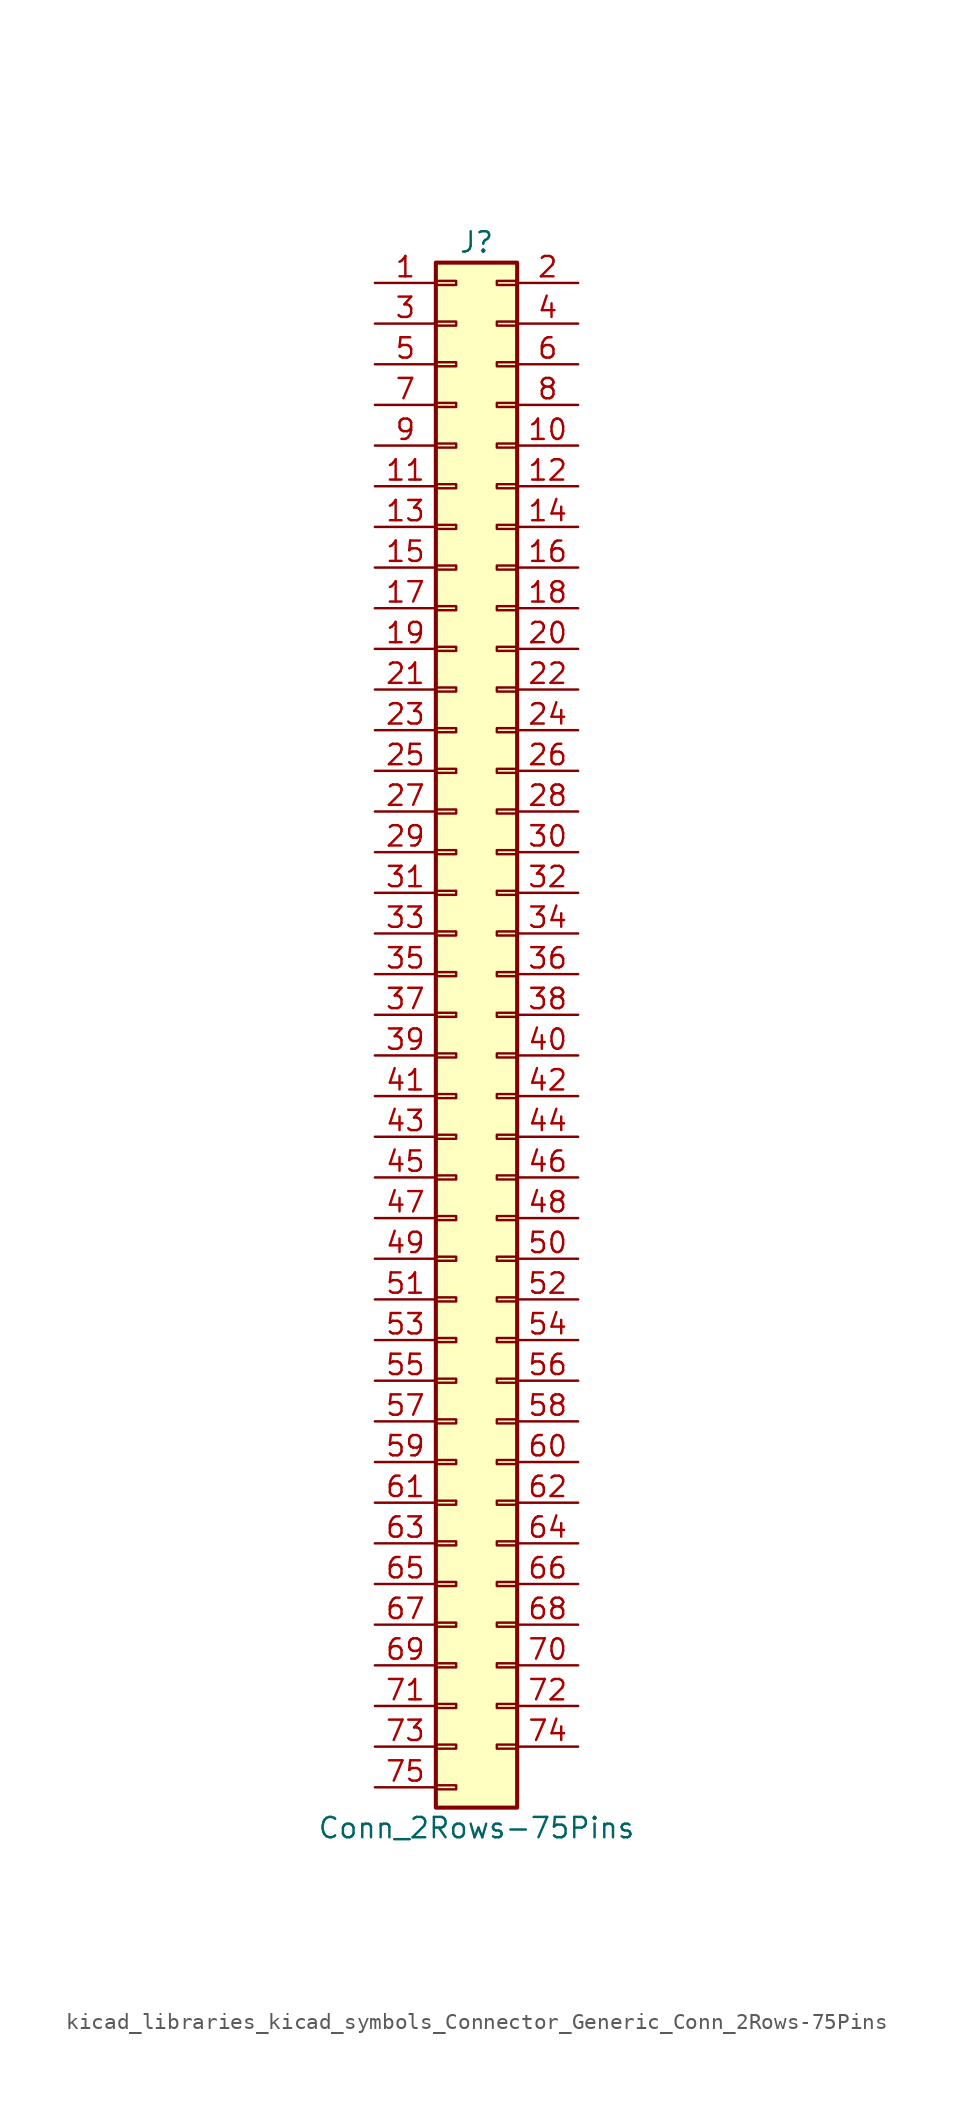
<source format=kicad_sym>
(kicad_symbol_lib
  (version 20220914)
  (generator kicad_symbol_editor)
  (symbol "kicad_libraries_kicad_symbols_Connector_Generic_Conn_2Rows-75Pins"
    (pin_names
      (offset 1.016) hide)
    (property "Reference" "J"
      (at 1.27 48.26 0)
      (effects (font (size 1.27 1.27))))
    (property "Value" "Conn_2Rows-75Pins"
      (at 1.27 -50.8 0)
      (effects (font (size 1.27 1.27))))
    (symbol "kicad_libraries_kicad_symbols_Connector_Generic_Conn_2Rows-75Pins_1_1"
      (rectangle (start -1.27 -48.133) (end 0 -48.387) (stroke (width 0.152) (type default)) (fill (type none)))
      (rectangle (start -1.27 -45.593) (end 0 -45.847) (stroke (width 0.152) (type default)) (fill (type none)))
      (rectangle (start -1.27 -43.053) (end 0 -43.307) (stroke (width 0.152) (type default)) (fill (type none)))
      (rectangle (start -1.27 -40.513) (end 0 -40.767) (stroke (width 0.152) (type default)) (fill (type none)))
      (rectangle (start -1.27 -37.973) (end 0 -38.227) (stroke (width 0.152) (type default)) (fill (type none)))
      (rectangle (start -1.27 -35.433) (end 0 -35.687) (stroke (width 0.152) (type default)) (fill (type none)))
      (rectangle (start -1.27 -32.893) (end 0 -33.147) (stroke (width 0.152) (type default)) (fill (type none)))
      (rectangle (start -1.27 -30.353) (end 0 -30.607) (stroke (width 0.152) (type default)) (fill (type none)))
      (rectangle (start -1.27 -27.813) (end 0 -28.067) (stroke (width 0.152) (type default)) (fill (type none)))
      (rectangle (start -1.27 -25.273) (end 0 -25.527) (stroke (width 0.152) (type default)) (fill (type none)))
      (rectangle (start -1.27 -22.733) (end 0 -22.987) (stroke (width 0.152) (type default)) (fill (type none)))
      (rectangle (start -1.27 -20.193) (end 0 -20.447) (stroke (width 0.152) (type default)) (fill (type none)))
      (rectangle (start -1.27 -17.653) (end 0 -17.907) (stroke (width 0.152) (type default)) (fill (type none)))
      (rectangle (start -1.27 -15.113) (end 0 -15.367) (stroke (width 0.152) (type default)) (fill (type none)))
      (rectangle (start -1.27 -12.573) (end 0 -12.827) (stroke (width 0.152) (type default)) (fill (type none)))
      (rectangle (start -1.27 -10.033) (end 0 -10.287) (stroke (width 0.152) (type default)) (fill (type none)))
      (rectangle (start -1.27 -7.493) (end 0 -7.747) (stroke (width 0.152) (type default)) (fill (type none)))
      (rectangle (start -1.27 -4.953) (end 0 -5.207) (stroke (width 0.152) (type default)) (fill (type none)))
      (rectangle (start -1.27 -2.413) (end 0 -2.667) (stroke (width 0.152) (type default)) (fill (type none)))
      (rectangle (start -1.27 0.127) (end 0 -0.127) (stroke (width 0.152) (type default)) (fill (type none)))
      (rectangle (start -1.27 2.667) (end 0 2.413) (stroke (width 0.152) (type default)) (fill (type none)))
      (rectangle (start -1.27 5.207) (end 0 4.953) (stroke (width 0.152) (type default)) (fill (type none)))
      (rectangle (start -1.27 7.747) (end 0 7.493) (stroke (width 0.152) (type default)) (fill (type none)))
      (rectangle (start -1.27 10.287) (end 0 10.033) (stroke (width 0.152) (type default)) (fill (type none)))
      (rectangle (start -1.27 12.827) (end 0 12.573) (stroke (width 0.152) (type default)) (fill (type none)))
      (rectangle (start -1.27 15.367) (end 0 15.113) (stroke (width 0.152) (type default)) (fill (type none)))
      (rectangle (start -1.27 17.907) (end 0 17.653) (stroke (width 0.152) (type default)) (fill (type none)))
      (rectangle (start -1.27 20.447) (end 0 20.193) (stroke (width 0.152) (type default)) (fill (type none)))
      (rectangle (start -1.27 22.987) (end 0 22.733) (stroke (width 0.152) (type default)) (fill (type none)))
      (rectangle (start -1.27 25.527) (end 0 25.273) (stroke (width 0.152) (type default)) (fill (type none)))
      (rectangle (start -1.27 28.067) (end 0 27.813) (stroke (width 0.152) (type default)) (fill (type none)))
      (rectangle (start -1.27 30.607) (end 0 30.353) (stroke (width 0.152) (type default)) (fill (type none)))
      (rectangle (start -1.27 33.147) (end 0 32.893) (stroke (width 0.152) (type default)) (fill (type none)))
      (rectangle (start -1.27 35.687) (end 0 35.433) (stroke (width 0.152) (type default)) (fill (type none)))
      (rectangle (start -1.27 38.227) (end 0 37.973) (stroke (width 0.152) (type default)) (fill (type none)))
      (rectangle (start -1.27 40.767) (end 0 40.513) (stroke (width 0.152) (type default)) (fill (type none)))
      (rectangle (start -1.27 43.307) (end 0 43.053) (stroke (width 0.152) (type default)) (fill (type none)))
      (rectangle (start -1.27 45.847) (end 0 45.593) (stroke (width 0.152) (type default)) (fill (type none)))
      (rectangle (start -1.27 46.99) (end 3.81 -49.53) (stroke (width 0.254) (type default)) (fill (type background)))
      (rectangle (start 3.81 -45.593) (end 2.54 -45.847) (stroke (width 0.152) (type default)) (fill (type none)))
      (rectangle (start 3.81 -43.053) (end 2.54 -43.307) (stroke (width 0.152) (type default)) (fill (type none)))
      (rectangle (start 3.81 -40.513) (end 2.54 -40.767) (stroke (width 0.152) (type default)) (fill (type none)))
      (rectangle (start 3.81 -37.973) (end 2.54 -38.227) (stroke (width 0.152) (type default)) (fill (type none)))
      (rectangle (start 3.81 -35.433) (end 2.54 -35.687) (stroke (width 0.152) (type default)) (fill (type none)))
      (rectangle (start 3.81 -32.893) (end 2.54 -33.147) (stroke (width 0.152) (type default)) (fill (type none)))
      (rectangle (start 3.81 -30.353) (end 2.54 -30.607) (stroke (width 0.152) (type default)) (fill (type none)))
      (rectangle (start 3.81 -27.813) (end 2.54 -28.067) (stroke (width 0.152) (type default)) (fill (type none)))
      (rectangle (start 3.81 -25.273) (end 2.54 -25.527) (stroke (width 0.152) (type default)) (fill (type none)))
      (rectangle (start 3.81 -22.733) (end 2.54 -22.987) (stroke (width 0.152) (type default)) (fill (type none)))
      (rectangle (start 3.81 -20.193) (end 2.54 -20.447) (stroke (width 0.152) (type default)) (fill (type none)))
      (rectangle (start 3.81 -17.653) (end 2.54 -17.907) (stroke (width 0.152) (type default)) (fill (type none)))
      (rectangle (start 3.81 -15.113) (end 2.54 -15.367) (stroke (width 0.152) (type default)) (fill (type none)))
      (rectangle (start 3.81 -12.573) (end 2.54 -12.827) (stroke (width 0.152) (type default)) (fill (type none)))
      (rectangle (start 3.81 -10.033) (end 2.54 -10.287) (stroke (width 0.152) (type default)) (fill (type none)))
      (rectangle (start 3.81 -7.493) (end 2.54 -7.747) (stroke (width 0.152) (type default)) (fill (type none)))
      (rectangle (start 3.81 -4.953) (end 2.54 -5.207) (stroke (width 0.152) (type default)) (fill (type none)))
      (rectangle (start 3.81 -2.413) (end 2.54 -2.667) (stroke (width 0.152) (type default)) (fill (type none)))
      (rectangle (start 3.81 0.127) (end 2.54 -0.127) (stroke (width 0.152) (type default)) (fill (type none)))
      (rectangle (start 3.81 2.667) (end 2.54 2.413) (stroke (width 0.152) (type default)) (fill (type none)))
      (rectangle (start 3.81 5.207) (end 2.54 4.953) (stroke (width 0.152) (type default)) (fill (type none)))
      (rectangle (start 3.81 7.747) (end 2.54 7.493) (stroke (width 0.152) (type default)) (fill (type none)))
      (rectangle (start 3.81 10.287) (end 2.54 10.033) (stroke (width 0.152) (type default)) (fill (type none)))
      (rectangle (start 3.81 12.827) (end 2.54 12.573) (stroke (width 0.152) (type default)) (fill (type none)))
      (rectangle (start 3.81 15.367) (end 2.54 15.113) (stroke (width 0.152) (type default)) (fill (type none)))
      (rectangle (start 3.81 17.907) (end 2.54 17.653) (stroke (width 0.152) (type default)) (fill (type none)))
      (rectangle (start 3.81 20.447) (end 2.54 20.193) (stroke (width 0.152) (type default)) (fill (type none)))
      (rectangle (start 3.81 22.987) (end 2.54 22.733) (stroke (width 0.152) (type default)) (fill (type none)))
      (rectangle (start 3.81 25.527) (end 2.54 25.273) (stroke (width 0.152) (type default)) (fill (type none)))
      (rectangle (start 3.81 28.067) (end 2.54 27.813) (stroke (width 0.152) (type default)) (fill (type none)))
      (rectangle (start 3.81 30.607) (end 2.54 30.353) (stroke (width 0.152) (type default)) (fill (type none)))
      (rectangle (start 3.81 33.147) (end 2.54 32.893) (stroke (width 0.152) (type default)) (fill (type none)))
      (rectangle (start 3.81 35.687) (end 2.54 35.433) (stroke (width 0.152) (type default)) (fill (type none)))
      (rectangle (start 3.81 38.227) (end 2.54 37.973) (stroke (width 0.152) (type default)) (fill (type none)))
      (rectangle (start 3.81 40.767) (end 2.54 40.513) (stroke (width 0.152) (type default)) (fill (type none)))
      (rectangle (start 3.81 43.307) (end 2.54 43.053) (stroke (width 0.152) (type default)) (fill (type none)))
      (rectangle (start 3.81 45.847) (end 2.54 45.593) (stroke (width 0.152) (type default)) (fill (type none)))
      (pin passive line (at -5.08 45.72 0) (length 3.81) (name "Pin_1" (effects (font (size 1.27 1.27)))) (number "1" (effects (font (size 1.27 1.27)))))
      (pin passive line (at 7.62 35.56 180) (length 3.81) (name "Pin_10" (effects (font (size 1.27 1.27)))) (number "10" (effects (font (size 1.27 1.27)))))
      (pin passive line (at -5.08 33.02 0) (length 3.81) (name "Pin_11" (effects (font (size 1.27 1.27)))) (number "11" (effects (font (size 1.27 1.27)))))
      (pin passive line (at 7.62 33.02 180) (length 3.81) (name "Pin_12" (effects (font (size 1.27 1.27)))) (number "12" (effects (font (size 1.27 1.27)))))
      (pin passive line (at -5.08 30.48 0) (length 3.81) (name "Pin_13" (effects (font (size 1.27 1.27)))) (number "13" (effects (font (size 1.27 1.27)))))
      (pin passive line (at 7.62 30.48 180) (length 3.81) (name "Pin_14" (effects (font (size 1.27 1.27)))) (number "14" (effects (font (size 1.27 1.27)))))
      (pin passive line (at -5.08 27.94 0) (length 3.81) (name "Pin_15" (effects (font (size 1.27 1.27)))) (number "15" (effects (font (size 1.27 1.27)))))
      (pin passive line (at 7.62 27.94 180) (length 3.81) (name "Pin_16" (effects (font (size 1.27 1.27)))) (number "16" (effects (font (size 1.27 1.27)))))
      (pin passive line (at -5.08 25.4 0) (length 3.81) (name "Pin_17" (effects (font (size 1.27 1.27)))) (number "17" (effects (font (size 1.27 1.27)))))
      (pin passive line (at 7.62 25.4 180) (length 3.81) (name "Pin_18" (effects (font (size 1.27 1.27)))) (number "18" (effects (font (size 1.27 1.27)))))
      (pin passive line (at -5.08 22.86 0) (length 3.81) (name "Pin_19" (effects (font (size 1.27 1.27)))) (number "19" (effects (font (size 1.27 1.27)))))
      (pin passive line (at 7.62 45.72 180) (length 3.81) (name "Pin_2" (effects (font (size 1.27 1.27)))) (number "2" (effects (font (size 1.27 1.27)))))
      (pin passive line (at 7.62 22.86 180) (length 3.81) (name "Pin_20" (effects (font (size 1.27 1.27)))) (number "20" (effects (font (size 1.27 1.27)))))
      (pin passive line (at -5.08 20.32 0) (length 3.81) (name "Pin_21" (effects (font (size 1.27 1.27)))) (number "21" (effects (font (size 1.27 1.27)))))
      (pin passive line (at 7.62 20.32 180) (length 3.81) (name "Pin_22" (effects (font (size 1.27 1.27)))) (number "22" (effects (font (size 1.27 1.27)))))
      (pin passive line (at -5.08 17.78 0) (length 3.81) (name "Pin_23" (effects (font (size 1.27 1.27)))) (number "23" (effects (font (size 1.27 1.27)))))
      (pin passive line (at 7.62 17.78 180) (length 3.81) (name "Pin_24" (effects (font (size 1.27 1.27)))) (number "24" (effects (font (size 1.27 1.27)))))
      (pin passive line (at -5.08 15.24 0) (length 3.81) (name "Pin_25" (effects (font (size 1.27 1.27)))) (number "25" (effects (font (size 1.27 1.27)))))
      (pin passive line (at 7.62 15.24 180) (length 3.81) (name "Pin_26" (effects (font (size 1.27 1.27)))) (number "26" (effects (font (size 1.27 1.27)))))
      (pin passive line (at -5.08 12.7 0) (length 3.81) (name "Pin_27" (effects (font (size 1.27 1.27)))) (number "27" (effects (font (size 1.27 1.27)))))
      (pin passive line (at 7.62 12.7 180) (length 3.81) (name "Pin_28" (effects (font (size 1.27 1.27)))) (number "28" (effects (font (size 1.27 1.27)))))
      (pin passive line (at -5.08 10.16 0) (length 3.81) (name "Pin_29" (effects (font (size 1.27 1.27)))) (number "29" (effects (font (size 1.27 1.27)))))
      (pin passive line (at -5.08 43.18 0) (length 3.81) (name "Pin_3" (effects (font (size 1.27 1.27)))) (number "3" (effects (font (size 1.27 1.27)))))
      (pin passive line (at 7.62 10.16 180) (length 3.81) (name "Pin_30" (effects (font (size 1.27 1.27)))) (number "30" (effects (font (size 1.27 1.27)))))
      (pin passive line (at -5.08 7.62 0) (length 3.81) (name "Pin_31" (effects (font (size 1.27 1.27)))) (number "31" (effects (font (size 1.27 1.27)))))
      (pin passive line (at 7.62 7.62 180) (length 3.81) (name "Pin_32" (effects (font (size 1.27 1.27)))) (number "32" (effects (font (size 1.27 1.27)))))
      (pin passive line (at -5.08 5.08 0) (length 3.81) (name "Pin_33" (effects (font (size 1.27 1.27)))) (number "33" (effects (font (size 1.27 1.27)))))
      (pin passive line (at 7.62 5.08 180) (length 3.81) (name "Pin_34" (effects (font (size 1.27 1.27)))) (number "34" (effects (font (size 1.27 1.27)))))
      (pin passive line (at -5.08 2.54 0) (length 3.81) (name "Pin_35" (effects (font (size 1.27 1.27)))) (number "35" (effects (font (size 1.27 1.27)))))
      (pin passive line (at 7.62 2.54 180) (length 3.81) (name "Pin_36" (effects (font (size 1.27 1.27)))) (number "36" (effects (font (size 1.27 1.27)))))
      (pin passive line (at -5.08 0 0) (length 3.81) (name "Pin_37" (effects (font (size 1.27 1.27)))) (number "37" (effects (font (size 1.27 1.27)))))
      (pin passive line (at 7.62 0 180) (length 3.81) (name "Pin_38" (effects (font (size 1.27 1.27)))) (number "38" (effects (font (size 1.27 1.27)))))
      (pin passive line (at -5.08 -2.54 0) (length 3.81) (name "Pin_39" (effects (font (size 1.27 1.27)))) (number "39" (effects (font (size 1.27 1.27)))))
      (pin passive line (at 7.62 43.18 180) (length 3.81) (name "Pin_4" (effects (font (size 1.27 1.27)))) (number "4" (effects (font (size 1.27 1.27)))))
      (pin passive line (at 7.62 -2.54 180) (length 3.81) (name "Pin_40" (effects (font (size 1.27 1.27)))) (number "40" (effects (font (size 1.27 1.27)))))
      (pin passive line (at -5.08 -5.08 0) (length 3.81) (name "Pin_41" (effects (font (size 1.27 1.27)))) (number "41" (effects (font (size 1.27 1.27)))))
      (pin passive line (at 7.62 -5.08 180) (length 3.81) (name "Pin_42" (effects (font (size 1.27 1.27)))) (number "42" (effects (font (size 1.27 1.27)))))
      (pin passive line (at -5.08 -7.62 0) (length 3.81) (name "Pin_43" (effects (font (size 1.27 1.27)))) (number "43" (effects (font (size 1.27 1.27)))))
      (pin passive line (at 7.62 -7.62 180) (length 3.81) (name "Pin_44" (effects (font (size 1.27 1.27)))) (number "44" (effects (font (size 1.27 1.27)))))
      (pin passive line (at -5.08 -10.16 0) (length 3.81) (name "Pin_45" (effects (font (size 1.27 1.27)))) (number "45" (effects (font (size 1.27 1.27)))))
      (pin passive line (at 7.62 -10.16 180) (length 3.81) (name "Pin_46" (effects (font (size 1.27 1.27)))) (number "46" (effects (font (size 1.27 1.27)))))
      (pin passive line (at -5.08 -12.7 0) (length 3.81) (name "Pin_47" (effects (font (size 1.27 1.27)))) (number "47" (effects (font (size 1.27 1.27)))))
      (pin passive line (at 7.62 -12.7 180) (length 3.81) (name "Pin_48" (effects (font (size 1.27 1.27)))) (number "48" (effects (font (size 1.27 1.27)))))
      (pin passive line (at -5.08 -15.24 0) (length 3.81) (name "Pin_49" (effects (font (size 1.27 1.27)))) (number "49" (effects (font (size 1.27 1.27)))))
      (pin passive line (at -5.08 40.64 0) (length 3.81) (name "Pin_5" (effects (font (size 1.27 1.27)))) (number "5" (effects (font (size 1.27 1.27)))))
      (pin passive line (at 7.62 -15.24 180) (length 3.81) (name "Pin_50" (effects (font (size 1.27 1.27)))) (number "50" (effects (font (size 1.27 1.27)))))
      (pin passive line (at -5.08 -17.78 0) (length 3.81) (name "Pin_51" (effects (font (size 1.27 1.27)))) (number "51" (effects (font (size 1.27 1.27)))))
      (pin passive line (at 7.62 -17.78 180) (length 3.81) (name "Pin_52" (effects (font (size 1.27 1.27)))) (number "52" (effects (font (size 1.27 1.27)))))
      (pin passive line (at -5.08 -20.32 0) (length 3.81) (name "Pin_53" (effects (font (size 1.27 1.27)))) (number "53" (effects (font (size 1.27 1.27)))))
      (pin passive line (at 7.62 -20.32 180) (length 3.81) (name "Pin_54" (effects (font (size 1.27 1.27)))) (number "54" (effects (font (size 1.27 1.27)))))
      (pin passive line (at -5.08 -22.86 0) (length 3.81) (name "Pin_55" (effects (font (size 1.27 1.27)))) (number "55" (effects (font (size 1.27 1.27)))))
      (pin passive line (at 7.62 -22.86 180) (length 3.81) (name "Pin_56" (effects (font (size 1.27 1.27)))) (number "56" (effects (font (size 1.27 1.27)))))
      (pin passive line (at -5.08 -25.4 0) (length 3.81) (name "Pin_57" (effects (font (size 1.27 1.27)))) (number "57" (effects (font (size 1.27 1.27)))))
      (pin passive line (at 7.62 -25.4 180) (length 3.81) (name "Pin_58" (effects (font (size 1.27 1.27)))) (number "58" (effects (font (size 1.27 1.27)))))
      (pin passive line (at -5.08 -27.94 0) (length 3.81) (name "Pin_59" (effects (font (size 1.27 1.27)))) (number "59" (effects (font (size 1.27 1.27)))))
      (pin passive line (at 7.62 40.64 180) (length 3.81) (name "Pin_6" (effects (font (size 1.27 1.27)))) (number "6" (effects (font (size 1.27 1.27)))))
      (pin passive line (at 7.62 -27.94 180) (length 3.81) (name "Pin_60" (effects (font (size 1.27 1.27)))) (number "60" (effects (font (size 1.27 1.27)))))
      (pin passive line (at -5.08 -30.48 0) (length 3.81) (name "Pin_61" (effects (font (size 1.27 1.27)))) (number "61" (effects (font (size 1.27 1.27)))))
      (pin passive line (at 7.62 -30.48 180) (length 3.81) (name "Pin_62" (effects (font (size 1.27 1.27)))) (number "62" (effects (font (size 1.27 1.27)))))
      (pin passive line (at -5.08 -33.02 0) (length 3.81) (name "Pin_63" (effects (font (size 1.27 1.27)))) (number "63" (effects (font (size 1.27 1.27)))))
      (pin passive line (at 7.62 -33.02 180) (length 3.81) (name "Pin_64" (effects (font (size 1.27 1.27)))) (number "64" (effects (font (size 1.27 1.27)))))
      (pin passive line (at -5.08 -35.56 0) (length 3.81) (name "Pin_65" (effects (font (size 1.27 1.27)))) (number "65" (effects (font (size 1.27 1.27)))))
      (pin passive line (at 7.62 -35.56 180) (length 3.81) (name "Pin_66" (effects (font (size 1.27 1.27)))) (number "66" (effects (font (size 1.27 1.27)))))
      (pin passive line (at -5.08 -38.1 0) (length 3.81) (name "Pin_67" (effects (font (size 1.27 1.27)))) (number "67" (effects (font (size 1.27 1.27)))))
      (pin passive line (at 7.62 -38.1 180) (length 3.81) (name "Pin_68" (effects (font (size 1.27 1.27)))) (number "68" (effects (font (size 1.27 1.27)))))
      (pin passive line (at -5.08 -40.64 0) (length 3.81) (name "Pin_69" (effects (font (size 1.27 1.27)))) (number "69" (effects (font (size 1.27 1.27)))))
      (pin passive line (at -5.08 38.1 0) (length 3.81) (name "Pin_7" (effects (font (size 1.27 1.27)))) (number "7" (effects (font (size 1.27 1.27)))))
      (pin passive line (at 7.62 -40.64 180) (length 3.81) (name "Pin_70" (effects (font (size 1.27 1.27)))) (number "70" (effects (font (size 1.27 1.27)))))
      (pin passive line (at -5.08 -43.18 0) (length 3.81) (name "Pin_71" (effects (font (size 1.27 1.27)))) (number "71" (effects (font (size 1.27 1.27)))))
      (pin passive line (at 7.62 -43.18 180) (length 3.81) (name "Pin_72" (effects (font (size 1.27 1.27)))) (number "72" (effects (font (size 1.27 1.27)))))
      (pin passive line (at -5.08 -45.72 0) (length 3.81) (name "Pin_73" (effects (font (size 1.27 1.27)))) (number "73" (effects (font (size 1.27 1.27)))))
      (pin passive line (at 7.62 -45.72 180) (length 3.81) (name "Pin_74" (effects (font (size 1.27 1.27)))) (number "74" (effects (font (size 1.27 1.27)))))
      (pin passive line (at -5.08 -48.26 0) (length 3.81) (name "Pin_75" (effects (font (size 1.27 1.27)))) (number "75" (effects (font (size 1.27 1.27)))))
      (pin passive line (at 7.62 38.1 180) (length 3.81) (name "Pin_8" (effects (font (size 1.27 1.27)))) (number "8" (effects (font (size 1.27 1.27)))))
      (pin passive line (at -5.08 35.56 0) (length 3.81) (name "Pin_9" (effects (font (size 1.27 1.27)))) (number "9" (effects (font (size 1.27 1.27))))))))
</source>
